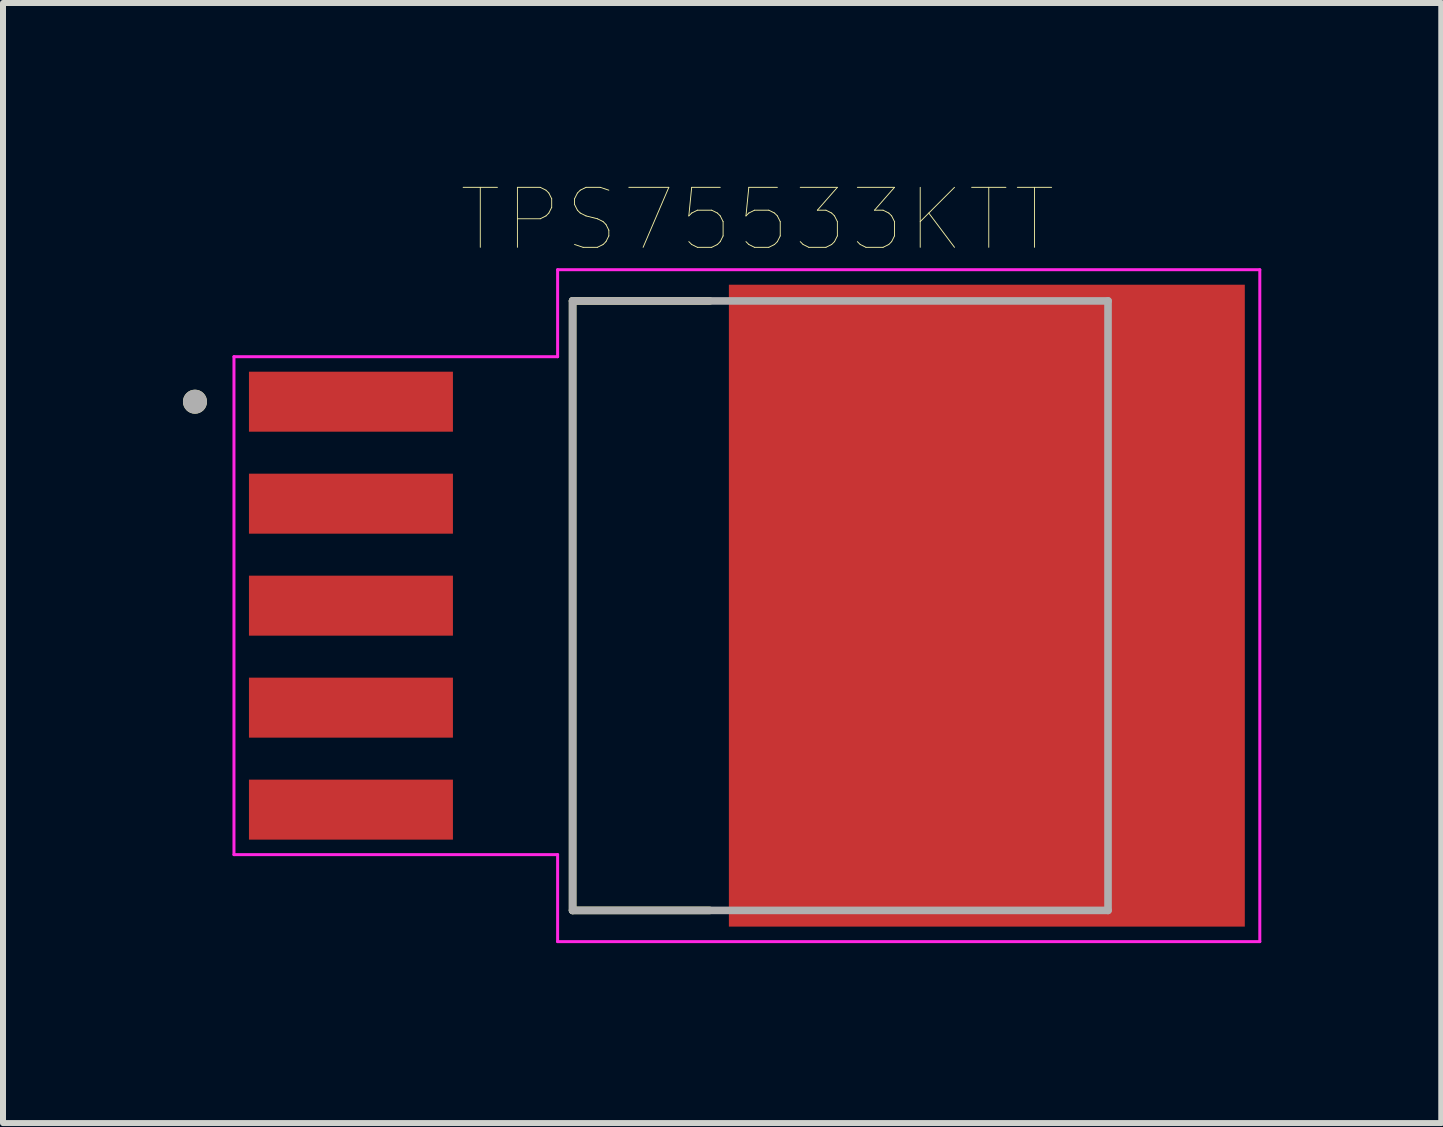
<source format=kicad_pcb>
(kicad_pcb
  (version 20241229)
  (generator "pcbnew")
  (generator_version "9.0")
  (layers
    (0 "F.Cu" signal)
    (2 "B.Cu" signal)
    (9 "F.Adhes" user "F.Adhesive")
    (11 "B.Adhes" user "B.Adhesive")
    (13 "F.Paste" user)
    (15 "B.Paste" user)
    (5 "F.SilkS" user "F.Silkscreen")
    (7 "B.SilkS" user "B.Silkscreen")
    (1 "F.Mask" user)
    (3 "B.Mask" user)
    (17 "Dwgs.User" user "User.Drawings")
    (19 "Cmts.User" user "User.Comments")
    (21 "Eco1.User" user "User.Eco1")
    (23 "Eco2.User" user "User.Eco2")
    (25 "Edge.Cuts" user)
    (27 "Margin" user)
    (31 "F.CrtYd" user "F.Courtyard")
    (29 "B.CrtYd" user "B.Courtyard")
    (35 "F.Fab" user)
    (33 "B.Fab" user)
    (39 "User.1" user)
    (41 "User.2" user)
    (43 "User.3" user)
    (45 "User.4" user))
  (footprint "TPS75533KTT"
    (layer "F.Cu")
    (at 13.4 7.046)
    (property "Reference" "TPS75533KTT" (at -3.825 -6.435 0) (layer "F.SilkS") (effects (font (size 1 1) (thickness 0.015))))
    (attr through_hole)
    (fp_poly (pts (xy -12.37 -3.97) (xy -8.83 -3.97) (xy -8.83 -2.83) (xy -12.37 -2.83)) (stroke (width 0.01) (type solid)) (fill yes) (layer "F.Mask"))
    (fp_poly (pts (xy -12.37 -2.27) (xy -8.83 -2.27) (xy -8.83 -1.13) (xy -12.37 -1.13)) (stroke (width 0.01) (type solid)) (fill yes) (layer "F.Mask"))
    (fp_poly (pts (xy -12.37 -0.57) (xy -8.83 -0.57) (xy -8.83 0.57) (xy -12.37 0.57)) (stroke (width 0.01) (type solid)) (fill yes) (layer "F.Mask"))
    (fp_poly (pts (xy -12.37 1.13) (xy -8.83 1.13) (xy -8.83 2.27) (xy -12.37 2.27)) (stroke (width 0.01) (type solid)) (fill yes) (layer "F.Mask"))
    (fp_poly (pts (xy -12.37 2.83) (xy -8.83 2.83) (xy -8.83 3.97) (xy -12.37 3.97)) (stroke (width 0.01) (type solid)) (fill yes) (layer "F.Mask"))
    (fp_poly (pts (xy -4.37 -5.42) (xy 4.37 -5.42) (xy 4.37 5.42) (xy -4.37 5.42)) (stroke (width 0.01) (type solid)) (fill yes) (layer "F.Mask"))
    (fp_line (start -6.905 -5.08) (end -6.905 5.08) (stroke (width 0.127) (type solid)) (layer "F.SilkS"))
    (fp_line (start -6.905 5.08) (end -4.62 5.08) (stroke (width 0.127) (type solid)) (layer "F.SilkS"))
    (fp_line (start -4.62 -5.08) (end -6.905 -5.08) (stroke (width 0.127) (type solid)) (layer "F.SilkS"))
    (fp_circle (center -13.2 -3.4) (end -13.1 -3.4) (stroke (width 0.2) (type solid)) (fill no) (layer "F.SilkS"))
    (fp_poly (pts (xy -12.25 -3.85) (xy -8.95 -3.85) (xy -8.95 -2.95) (xy -12.25 -2.95)) (stroke (width 0.01) (type solid)) (fill yes) (layer "F.Paste"))
    (fp_poly (pts (xy -12.25 -2.15) (xy -8.95 -2.15) (xy -8.95 -1.25) (xy -12.25 -1.25)) (stroke (width 0.01) (type solid)) (fill yes) (layer "F.Paste"))
    (fp_poly (pts (xy -12.25 -0.45) (xy -8.95 -0.45) (xy -8.95 0.45) (xy -12.25 0.45)) (stroke (width 0.01) (type solid)) (fill yes) (layer "F.Paste"))
    (fp_poly (pts (xy -12.25 1.25) (xy -8.95 1.25) (xy -8.95 2.15) (xy -12.25 2.15)) (stroke (width 0.01) (type solid)) (fill yes) (layer "F.Paste"))
    (fp_poly (pts (xy -12.25 2.95) (xy -8.95 2.95) (xy -8.95 3.85) (xy -12.25 3.85)) (stroke (width 0.01) (type solid)) (fill yes) (layer "F.Paste"))
    (fp_poly (pts (xy -4.25 -5.3) (xy 4.25 -5.3) (xy 4.25 5.3) (xy -4.25 5.3)) (stroke (width 0.01) (type solid)) (fill yes) (layer "F.Paste"))
    (fp_line (start -12.55 -4.15) (end -12.55 4.15) (stroke (width 0.05) (type solid)) (layer "F.CrtYd"))
    (fp_line (start -12.55 4.15) (end -7.155 4.15) (stroke (width 0.05) (type solid)) (layer "F.CrtYd"))
    (fp_line (start -7.155 -5.6) (end -7.155 -4.15) (stroke (width 0.05) (type solid)) (layer "F.CrtYd"))
    (fp_line (start -7.155 -4.15) (end -12.55 -4.15) (stroke (width 0.05) (type solid)) (layer "F.CrtYd"))
    (fp_line (start -7.155 4.15) (end -7.155 5.6) (stroke (width 0.05) (type solid)) (layer "F.CrtYd"))
    (fp_line (start -7.155 5.6) (end 4.55 5.6) (stroke (width 0.05) (type solid)) (layer "F.CrtYd"))
    (fp_line (start 4.55 -5.6) (end -7.155 -5.6) (stroke (width 0.05) (type solid)) (layer "F.CrtYd"))
    (fp_line (start 4.55 5.6) (end 4.55 -5.6) (stroke (width 0.05) (type solid)) (layer "F.CrtYd"))
    (fp_line (start -6.905 -5.08) (end -6.905 5.08) (stroke (width 0.127) (type solid)) (layer "F.Fab"))
    (fp_line (start -6.905 5.08) (end 2.02 5.08) (stroke (width 0.127) (type solid)) (layer "F.Fab"))
    (fp_line (start 2.02 -5.08) (end -6.905 -5.08) (stroke (width 0.127) (type solid)) (layer "F.Fab"))
    (fp_line (start 2.02 5.08) (end 2.02 -5.08) (stroke (width 0.127) (type solid)) (layer "F.Fab"))
    (fp_circle (center -13.2 -3.4) (end -13.1 -3.4) (stroke (width 0.2) (type solid)) (fill no) (layer "F.Fab"))
    (pad "1" smd rect (at -10.6 -3.4) (size 3.4 1) (layers "F.Cu"))
    (pad "2" smd rect (at -10.6 -1.7) (size 3.4 1) (layers "F.Cu"))
    (pad "3" smd rect (at -10.6 0) (size 3.4 1) (layers "F.Cu"))
    (pad "4" smd rect (at -10.6 1.7) (size 3.4 1) (layers "F.Cu"))
    (pad "5" smd rect (at -10.6 3.4) (size 3.4 1) (layers "F.Cu"))
    (pad "6" smd rect (at 0 0) (size 8.6 10.7) (layers "F.Cu")))
  (gr_rect
    (start -3 -3)
    (end 20.975 15.671)
    (stroke (width 0.1) (type default))
    (fill no)
    (layer "Edge.Cuts")))
</source>
